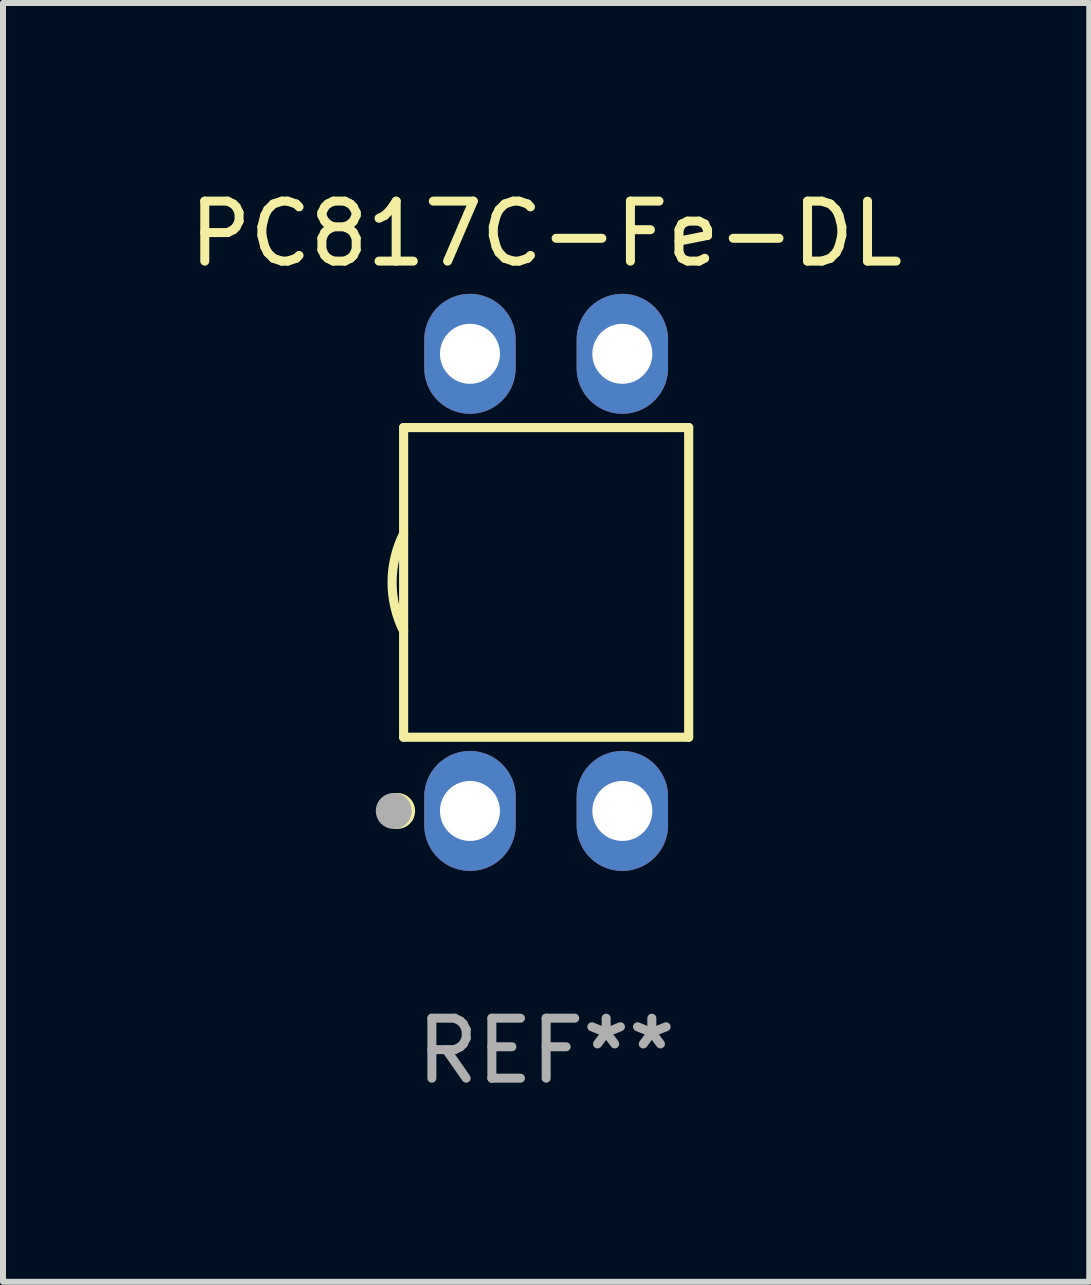
<source format=kicad_pcb>
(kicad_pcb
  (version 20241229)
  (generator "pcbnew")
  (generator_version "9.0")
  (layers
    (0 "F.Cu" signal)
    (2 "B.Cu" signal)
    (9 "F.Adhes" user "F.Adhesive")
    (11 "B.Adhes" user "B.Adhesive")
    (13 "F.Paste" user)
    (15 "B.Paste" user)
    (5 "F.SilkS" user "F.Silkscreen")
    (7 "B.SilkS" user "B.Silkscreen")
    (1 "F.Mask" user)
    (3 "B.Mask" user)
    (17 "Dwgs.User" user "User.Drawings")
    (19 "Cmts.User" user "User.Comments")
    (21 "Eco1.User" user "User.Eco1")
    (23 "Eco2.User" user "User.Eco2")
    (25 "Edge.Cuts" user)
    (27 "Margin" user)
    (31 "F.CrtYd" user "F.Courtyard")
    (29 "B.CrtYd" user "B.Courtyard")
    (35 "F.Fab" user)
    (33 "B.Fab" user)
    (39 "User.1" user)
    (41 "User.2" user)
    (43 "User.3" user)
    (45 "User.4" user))
  (footprint "PC817C-Fe-DL"
    (layer "F.Cu")
    (at 6.054 6.658)
    (property "Reference" "PC817C-Fe-DL" (at 0 -5.81 0) (layer "F.SilkS") (effects (font (size 1 1) (thickness 0.15))))
    (attr through_hole)
    (fp_line (start -2.376 -2.581) (end 2.376 -2.581) (stroke (width 0.152) (type solid)) (layer "F.SilkS"))
    (fp_line (start -2.376 2.581) (end -2.376 -2.581) (stroke (width 0.152) (type solid)) (layer "F.SilkS"))
    (fp_line (start 2.376 -2.581) (end 2.376 2.581) (stroke (width 0.152) (type solid)) (layer "F.SilkS"))
    (fp_line (start 2.376 2.581) (end -2.376 2.581) (stroke (width 0.152) (type solid)) (layer "F.SilkS"))
    (fp_arc (start -2.3762 0.812496) (mid -2.568004 0) (end -2.3762 -0.812497) (stroke (width 0.1524) (type solid)) (layer "F.SilkS"))
    (fp_circle (center -2.484 3.81) (end -2.334 3.81) (stroke (width 0.3) (type solid)) (fill no) (layer "F.SilkS"))
    (fp_circle (center -2.3 3.935) (end -2.27 3.935) (stroke (width 0.06) (type solid)) (fill no) (layer "F.SilkS"))
    (fp_circle (center -2.54 3.81) (end -2.39 3.81) (stroke (width 0.3) (type solid)) (fill no) (layer "F.Fab"))
    (fp_text user "REF**" (at 0 7.81 0) (layer "F.Fab") (effects (font (size 1 1) (thickness 0.15))))
    (pad "1" thru_hole oval (at -1.27 3.81) (size 1.524 2) (drill 1) (layers "*.Cu" "*.Mask"))
    (pad "2" thru_hole oval (at 1.27 3.81) (size 1.524 2) (drill 1) (layers "*.Cu" "*.Mask"))
    (pad "3" thru_hole oval (at 1.27 -3.81) (size 1.524 2) (drill 1) (layers "*.Cu" "*.Mask"))
    (pad "4" thru_hole oval (at -1.27 -3.81) (size 1.524 2) (drill 1) (layers "*.Cu" "*.Mask")))
  (gr_rect
    (start -3 -3)
    (end 15.107 18.317)
    (stroke (width 0.1) (type default))
    (fill no)
    (layer "Edge.Cuts")))
</source>
